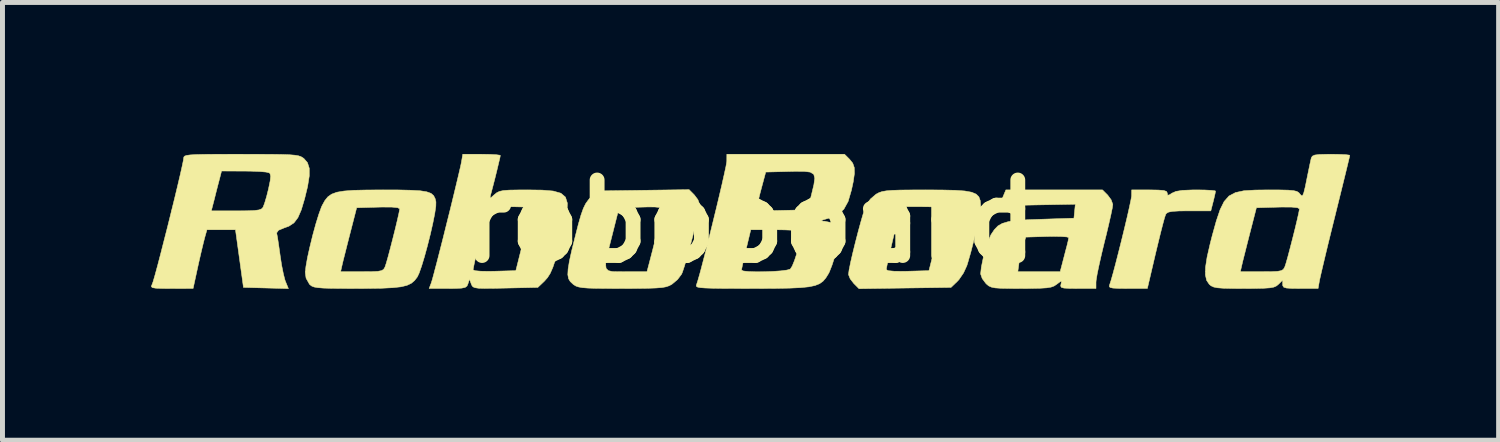
<source format=kicad_pcb>
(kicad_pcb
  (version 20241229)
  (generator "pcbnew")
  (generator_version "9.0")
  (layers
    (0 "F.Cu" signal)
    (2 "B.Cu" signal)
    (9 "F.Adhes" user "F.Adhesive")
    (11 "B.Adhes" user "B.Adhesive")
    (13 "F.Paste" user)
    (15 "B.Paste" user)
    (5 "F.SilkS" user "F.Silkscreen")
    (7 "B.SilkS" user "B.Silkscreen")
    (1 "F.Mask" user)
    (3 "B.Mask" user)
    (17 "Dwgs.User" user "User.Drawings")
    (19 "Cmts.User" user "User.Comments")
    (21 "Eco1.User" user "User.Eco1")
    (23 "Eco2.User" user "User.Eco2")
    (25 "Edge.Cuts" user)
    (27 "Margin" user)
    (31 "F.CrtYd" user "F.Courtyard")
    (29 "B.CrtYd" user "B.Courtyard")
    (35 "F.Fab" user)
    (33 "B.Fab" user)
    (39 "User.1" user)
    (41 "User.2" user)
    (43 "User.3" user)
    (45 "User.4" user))
  (footprint "roboboard"
    (layer "F.Cu")
    (at 12.087 1.418)
    (property "Reference" "roboboard" (at 0 0 0) (layer "F.SilkS") (effects (font (size 1.524 1.524) (thickness 0.3))))
    (attr through_hole)
    (fp_poly (pts (xy 8.243 -0.632) (xy 8.353 -0.623) (xy 8.408 -0.604) (xy 8.424 -0.572) (xy 8.424 -0.569) (xy 8.432 -0.527) (xy 8.47 -0.537) (xy 8.518 -0.569) (xy 8.6 -0.605) (xy 8.73 -0.626) (xy 8.924 -0.634) (xy 9.005 -0.635) (xy 9.176 -0.633) (xy 9.309 -0.626) (xy 9.386 -0.617) (xy 9.398 -0.611) (xy 9.389 -0.56) (xy 9.365 -0.456) (xy 9.351 -0.4) (xy 9.303 -0.212) (xy 8.865 -0.212) (xy 8.664 -0.21) (xy 8.531 -0.202) (xy 8.451 -0.187) (xy 8.407 -0.162) (xy 8.391 -0.138) (xy 8.369 -0.073) (xy 8.333 0.059) (xy 8.286 0.242) (xy 8.232 0.463) (xy 8.188 0.646) (xy 8.022 1.355) (xy 7.626 1.355) (xy 7.442 1.353) (xy 7.327 1.347) (xy 7.269 1.334) (xy 7.253 1.31) (xy 7.26 1.281) (xy 7.288 1.195) (xy 7.33 1.047) (xy 7.382 0.852) (xy 7.44 0.625) (xy 7.501 0.383) (xy 7.56 0.141) (xy 7.614 -0.085) (xy 7.658 -0.28) (xy 7.689 -0.427) (xy 7.704 -0.511) (xy 7.704 -0.519) (xy 7.705 -0.635) (xy 8.065 -0.635) (xy 8.243 -0.632)) (stroke (width 0.01) (type solid)) (fill yes) (layer "F.SilkS"))
    (fp_poly (pts (xy 3.883 -0.633) (xy 4.143 -0.627) (xy 4.338 -0.613) (xy 4.476 -0.588) (xy 4.567 -0.549) (xy 4.621 -0.495) (xy 4.648 -0.421) (xy 4.656 -0.325) (xy 4.656 -0.304) (xy 4.645 -0.2) (xy 4.615 -0.036) (xy 4.571 0.169) (xy 4.517 0.394) (xy 4.459 0.62) (xy 4.4 0.825) (xy 4.379 0.893) (xy 4.311 1.041) (xy 4.218 1.177) (xy 4.187 1.21) (xy 4.059 1.333) (xy 2.202 1.359) (xy 2.096 1.253) (xy 2.024 1.16) (xy 1.99 1.075) (xy 1.99 1.069) (xy 2.001 0.984) (xy 2.003 0.975) (xy 2.752 0.975) (xy 2.793 0.996) (xy 2.914 1.007) (xy 3.111 1.009) (xy 3.183 1.007) (xy 3.614 0.995) (xy 3.77 0.372) (xy 3.823 0.154) (xy 3.865 -0.033) (xy 3.893 -0.176) (xy 3.905 -0.259) (xy 3.903 -0.274) (xy 3.854 -0.283) (xy 3.739 -0.291) (xy 3.579 -0.295) (xy 3.466 -0.296) (xy 3.051 -0.296) (xy 3.009 -0.138) (xy 2.973 0.003) (xy 2.929 0.181) (xy 2.882 0.376) (xy 2.837 0.571) (xy 2.798 0.747) (xy 2.768 0.884) (xy 2.753 0.964) (xy 2.752 0.975) (xy 2.003 0.975) (xy 2.03 0.837) (xy 2.074 0.646) (xy 2.127 0.431) (xy 2.184 0.21) (xy 2.241 0.002) (xy 2.292 -0.174) (xy 2.333 -0.299) (xy 2.351 -0.342) (xy 2.435 -0.453) (xy 2.546 -0.548) (xy 2.553 -0.552) (xy 2.606 -0.58) (xy 2.668 -0.601) (xy 2.753 -0.616) (xy 2.871 -0.626) (xy 3.037 -0.632) (xy 3.263 -0.634) (xy 3.548 -0.635) (xy 3.883 -0.633)) (stroke (width 0.01) (type solid)) (fill yes) (layer "F.SilkS"))
    (fp_poly (pts (xy -1.122 -0.533) (xy -1.05 -0.437) (xy -1.016 -0.345) (xy -1.016 -0.338) (xy -1.027 -0.253) (xy -1.057 -0.105) (xy -1.102 0.086) (xy -1.155 0.301) (xy -1.213 0.522) (xy -1.27 0.729) (xy -1.322 0.904) (xy -1.363 1.027) (xy -1.38 1.066) (xy -1.461 1.174) (xy -1.572 1.267) (xy -1.579 1.272) (xy -1.632 1.3) (xy -1.694 1.321) (xy -1.777 1.336) (xy -1.895 1.345) (xy -2.059 1.351) (xy -2.283 1.354) (xy -2.579 1.355) (xy -2.587 1.355) (xy -2.882 1.354) (xy -3.104 1.352) (xy -3.267 1.347) (xy -3.381 1.338) (xy -3.459 1.324) (xy -3.514 1.305) (xy -3.557 1.278) (xy -3.571 1.267) (xy -3.626 1.216) (xy -3.661 1.157) (xy -3.676 1.076) (xy -3.67 0.962) (xy -3.654 0.866) (xy -2.913 0.866) (xy -2.903 0.949) (xy -2.858 0.995) (xy -2.775 1.014) (xy -2.649 1.017) (xy -2.499 1.016) (xy -2.078 1.016) (xy -2.036 0.857) (xy -1.962 0.572) (xy -1.897 0.312) (xy -1.843 0.088) (xy -1.804 -0.086) (xy -1.782 -0.199) (xy -1.778 -0.231) (xy -1.788 -0.262) (xy -1.829 -0.281) (xy -1.915 -0.29) (xy -2.06 -0.291) (xy -2.209 -0.287) (xy -2.641 -0.275) (xy -2.78 0.275) (xy -2.847 0.54) (xy -2.893 0.733) (xy -2.913 0.866) (xy -3.654 0.866) (xy -3.644 0.803) (xy -3.596 0.586) (xy -3.527 0.308) (xy -3.463 0.057) (xy -3.41 -0.127) (xy -3.363 -0.26) (xy -3.316 -0.356) (xy -3.262 -0.432) (xy -3.234 -0.464) (xy -3.097 -0.614) (xy -2.163 -0.627) (xy -1.228 -0.64) (xy -1.122 -0.533)) (stroke (width 0.01) (type solid)) (fill yes) (layer "F.SilkS"))
    (fp_poly (pts (xy -7.08 -0.634) (xy -6.834 -0.628) (xy -6.652 -0.617) (xy -6.523 -0.596) (xy -6.437 -0.565) (xy -6.385 -0.52) (xy -6.354 -0.459) (xy -6.338 -0.393) (xy -6.34 -0.305) (xy -6.362 -0.155) (xy -6.401 0.04) (xy -6.451 0.261) (xy -6.509 0.491) (xy -6.569 0.711) (xy -6.627 0.902) (xy -6.678 1.047) (xy -6.713 1.121) (xy -6.769 1.194) (xy -6.835 1.25) (xy -6.924 1.292) (xy -7.045 1.321) (xy -7.211 1.339) (xy -7.433 1.35) (xy -7.721 1.354) (xy -7.936 1.355) (xy -8.23 1.354) (xy -8.451 1.352) (xy -8.611 1.347) (xy -8.723 1.338) (xy -8.797 1.325) (xy -8.845 1.306) (xy -8.88 1.279) (xy -8.89 1.27) (xy -8.959 1.147) (xy -8.975 1.035) (xy -8.973 1.016) (xy -8.262 1.016) (xy -7.834 1.016) (xy -7.639 1.015) (xy -7.513 1.009) (xy -7.437 0.995) (xy -7.395 0.97) (xy -7.37 0.929) (xy -7.366 0.921) (xy -7.341 0.846) (xy -7.303 0.712) (xy -7.257 0.538) (xy -7.207 0.344) (xy -7.158 0.149) (xy -7.116 -0.027) (xy -7.085 -0.165) (xy -7.07 -0.245) (xy -7.07 -0.253) (xy -7.109 -0.276) (xy -7.227 -0.288) (xy -7.428 -0.289) (xy -7.504 -0.287) (xy -7.938 -0.275) (xy -8.074 0.254) (xy -8.128 0.465) (xy -8.176 0.656) (xy -8.214 0.806) (xy -8.235 0.896) (xy -8.236 0.9) (xy -8.262 1.016) (xy -8.973 1.016) (xy -8.962 0.911) (xy -8.93 0.729) (xy -8.881 0.51) (xy -8.824 0.277) (xy -8.762 0.051) (xy -8.701 -0.146) (xy -8.648 -0.292) (xy -8.632 -0.325) (xy -8.579 -0.421) (xy -8.519 -0.495) (xy -8.443 -0.549) (xy -8.338 -0.588) (xy -8.194 -0.612) (xy -7.999 -0.627) (xy -7.742 -0.633) (xy -7.413 -0.635) (xy -7.401 -0.635) (xy -7.08 -0.634)) (stroke (width 0.01) (type solid)) (fill yes) (layer "F.SilkS"))
    (fp_poly (pts (xy 7.22 -0.531) (xy 7.291 -0.435) (xy 7.324 -0.343) (xy 7.324 -0.339) (xy 7.314 -0.269) (xy 7.286 -0.133) (xy 7.244 0.052) (xy 7.192 0.272) (xy 7.154 0.423) (xy 7.097 0.66) (xy 7.048 0.877) (xy 7.01 1.057) (xy 6.989 1.183) (xy 6.985 1.226) (xy 6.985 1.355) (xy 6.62 1.355) (xy 6.445 1.353) (xy 6.339 1.347) (xy 6.286 1.332) (xy 6.272 1.304) (xy 6.278 1.27) (xy 6.289 1.215) (xy 6.27 1.212) (xy 6.204 1.261) (xy 6.192 1.27) (xy 6.141 1.304) (xy 6.079 1.327) (xy 5.99 1.342) (xy 5.859 1.35) (xy 5.67 1.354) (xy 5.475 1.355) (xy 5.235 1.354) (xy 5.065 1.351) (xy 4.949 1.343) (xy 4.873 1.327) (xy 4.82 1.303) (xy 4.777 1.267) (xy 4.761 1.251) (xy 4.689 1.155) (xy 4.657 1.063) (xy 4.657 1.058) (xy 4.661 1.016) (xy 5.407 1.016) (xy 6.262 1.016) (xy 6.309 0.836) (xy 6.349 0.682) (xy 6.388 0.532) (xy 6.395 0.508) (xy 6.421 0.401) (xy 6.434 0.332) (xy 6.434 0.327) (xy 6.395 0.314) (xy 6.289 0.306) (xy 6.134 0.303) (xy 6.001 0.305) (xy 5.567 0.318) (xy 5.512 0.486) (xy 5.468 0.646) (xy 5.435 0.815) (xy 5.432 0.835) (xy 5.407 1.016) (xy 4.661 1.016) (xy 4.671 0.925) (xy 4.707 0.748) (xy 4.757 0.559) (xy 4.812 0.389) (xy 4.865 0.27) (xy 4.868 0.265) (xy 4.934 0.167) (xy 5.005 0.093) (xy 5.095 0.041) (xy 5.218 0.005) (xy 5.386 -0.018) (xy 5.613 -0.033) (xy 5.861 -0.042) (xy 6.54 -0.064) (xy 6.554 -0.205) (xy 6.568 -0.346) (xy 5.803 -0.332) (xy 5.559 -0.327) (xy 5.347 -0.324) (xy 5.181 -0.322) (xy 5.073 -0.322) (xy 5.038 -0.323) (xy 5.052 -0.361) (xy 5.089 -0.45) (xy 5.102 -0.482) (xy 5.166 -0.635) (xy 7.116 -0.635) (xy 7.22 -0.531)) (stroke (width 0.01) (type solid)) (fill yes) (layer "F.SilkS"))
    (fp_poly (pts (xy -5.249 -1.352) (xy -5.12 -1.345) (xy -5.047 -1.335) (xy -5.038 -1.33) (xy -5.047 -1.281) (xy -5.073 -1.173) (xy -5.108 -1.026) (xy -5.148 -0.864) (xy -5.188 -0.709) (xy -5.221 -0.583) (xy -5.236 -0.529) (xy -5.247 -0.477) (xy -5.226 -0.479) (xy -5.158 -0.539) (xy -5.157 -0.54) (xy -5.109 -0.579) (xy -5.054 -0.605) (xy -4.976 -0.622) (xy -4.859 -0.631) (xy -4.686 -0.634) (xy -4.492 -0.635) (xy -4.193 -0.631) (xy -3.97 -0.612) (xy -3.816 -0.568) (xy -3.724 -0.49) (xy -3.685 -0.367) (xy -3.692 -0.191) (xy -3.738 0.05) (xy -3.791 0.267) (xy -3.864 0.554) (xy -3.925 0.771) (xy -3.979 0.931) (xy -4.031 1.049) (xy -4.086 1.136) (xy -4.148 1.206) (xy -4.152 1.21) (xy -4.281 1.333) (xy -4.935 1.347) (xy -5.183 1.352) (xy -5.359 1.353) (xy -5.477 1.35) (xy -5.55 1.339) (xy -5.591 1.321) (xy -5.613 1.292) (xy -5.625 1.263) (xy -5.661 1.166) (xy -5.691 1.26) (xy -5.711 1.305) (xy -5.748 1.333) (xy -5.82 1.348) (xy -5.945 1.354) (xy -6.098 1.355) (xy -6.475 1.355) (xy -6.432 1.243) (xy -6.41 1.171) (xy -6.372 1.03) (xy -6.359 0.979) (xy -5.588 0.979) (xy -5.548 0.996) (xy -5.438 1.006) (xy -5.272 1.009) (xy -5.157 1.007) (xy -4.725 0.995) (xy -4.569 0.372) (xy -4.517 0.154) (xy -4.475 -0.033) (xy -4.446 -0.176) (xy -4.435 -0.259) (xy -4.436 -0.274) (xy -4.486 -0.283) (xy -4.601 -0.291) (xy -4.761 -0.295) (xy -4.874 -0.296) (xy -5.288 -0.296) (xy -5.33 -0.138) (xy -5.366 0.000429) (xy -5.408 0.176) (xy -5.455 0.371) (xy -5.5 0.566) (xy -5.54 0.742) (xy -5.57 0.881) (xy -5.586 0.965) (xy -5.588 0.979) (xy -6.359 0.979) (xy -6.32 0.833) (xy -6.259 0.595) (xy -6.191 0.328) (xy -6.121 0.046) (xy -6.05 -0.237) (xy -5.984 -0.508) (xy -5.925 -0.753) (xy -5.876 -0.959) (xy -5.84 -1.113) (xy -5.823 -1.196) (xy -5.796 -1.355) (xy -5.417 -1.355) (xy -5.249 -1.352)) (stroke (width 0.01) (type solid)) (fill yes) (layer "F.SilkS"))
    (fp_poly (pts (xy -9.927 -1.354) (xy -9.657 -1.353) (xy -9.452 -1.35) (xy -9.3 -1.345) (xy -9.191 -1.336) (xy -9.116 -1.324) (xy -9.064 -1.307) (xy -9.025 -1.284) (xy -9.002 -1.267) (xy -8.931 -1.185) (xy -8.895 -1.072) (xy -8.895 -0.914) (xy -8.929 -0.701) (xy -8.989 -0.455) (xy -9.056 -0.231) (xy -9.124 -0.075) (xy -9.203 0.029) (xy -9.305 0.097) (xy -9.406 0.134) (xy -9.516 0.18) (xy -9.552 0.232) (xy -9.55 0.25) (xy -9.536 0.321) (xy -9.516 0.452) (xy -9.492 0.62) (xy -9.481 0.699) (xy -9.452 0.888) (xy -9.417 1.061) (xy -9.384 1.189) (xy -9.373 1.218) (xy -9.316 1.357) (xy -9.77 1.345) (xy -10.223 1.333) (xy -10.384 0.169) (xy -10.96 0.169) (xy -11.005 0.328) (xy -11.033 0.438) (xy -11.073 0.604) (xy -11.118 0.799) (xy -11.145 0.921) (xy -11.239 1.354) (xy -11.675 1.355) (xy -11.87 1.354) (xy -11.993 1.349) (xy -12.059 1.338) (xy -12.082 1.318) (xy -12.074 1.286) (xy -12.067 1.274) (xy -12.045 1.212) (xy -12.007 1.08) (xy -11.956 0.892) (xy -11.895 0.659) (xy -11.828 0.396) (xy -11.756 0.115) (xy -11.685 -0.171) (xy -11.675 -0.212) (xy -10.872 -0.212) (xy -10.369 -0.212) (xy -10.152 -0.213) (xy -10.005 -0.219) (xy -9.912 -0.231) (xy -9.858 -0.251) (xy -9.829 -0.282) (xy -9.826 -0.288) (xy -9.796 -0.367) (xy -9.756 -0.5) (xy -9.717 -0.656) (xy -9.684 -0.816) (xy -9.674 -0.913) (xy -9.687 -0.965) (xy -9.704 -0.98) (xy -9.767 -0.995) (xy -9.894 -1.006) (xy -10.065 -1.013) (xy -10.211 -1.015) (xy -10.665 -1.016) (xy -10.706 -0.857) (xy -10.741 -0.724) (xy -10.784 -0.556) (xy -10.809 -0.455) (xy -10.872 -0.212) (xy -11.675 -0.212) (xy -11.616 -0.45) (xy -11.554 -0.708) (xy -11.501 -0.933) (xy -11.461 -1.111) (xy -11.436 -1.231) (xy -11.43 -1.275) (xy -11.426 -1.298) (xy -11.41 -1.317) (xy -11.37 -1.331) (xy -11.299 -1.341) (xy -11.186 -1.348) (xy -11.023 -1.352) (xy -10.8 -1.354) (xy -10.507 -1.355) (xy -10.272 -1.355) (xy -9.927 -1.354)) (stroke (width 0.01) (type solid)) (fill yes) (layer "F.SilkS"))
    (fp_poly (pts (xy 11.896 -1.352) (xy 12.026 -1.346) (xy 12.098 -1.337) (xy 12.107 -1.332) (xy 12.098 -1.287) (xy 12.07 -1.17) (xy 12.027 -0.992) (xy 11.971 -0.764) (xy 11.905 -0.496) (xy 11.831 -0.198) (xy 11.816 -0.136) (xy 11.739 0.174) (xy 11.667 0.466) (xy 11.605 0.725) (xy 11.554 0.94) (xy 11.517 1.1) (xy 11.497 1.19) (xy 11.496 1.196) (xy 11.468 1.355) (xy 11.111 1.355) (xy 10.936 1.353) (xy 10.83 1.346) (xy 10.775 1.329) (xy 10.755 1.298) (xy 10.753 1.27) (xy 10.753 1.185) (xy 10.668 1.27) (xy 10.628 1.303) (xy 10.575 1.327) (xy 10.495 1.342) (xy 10.373 1.35) (xy 10.194 1.354) (xy 9.97 1.355) (xy 9.727 1.354) (xy 9.554 1.35) (xy 9.436 1.341) (xy 9.359 1.325) (xy 9.308 1.301) (xy 9.271 1.27) (xy 9.218 1.191) (xy 9.193 1.079) (xy 9.194 1.016) (xy 9.899 1.016) (xy 10.327 1.016) (xy 10.522 1.015) (xy 10.648 1.009) (xy 10.724 0.995) (xy 10.766 0.97) (xy 10.791 0.929) (xy 10.795 0.921) (xy 10.82 0.846) (xy 10.858 0.712) (xy 10.904 0.538) (xy 10.954 0.344) (xy 11.003 0.149) (xy 11.045 -0.027) (xy 11.076 -0.165) (xy 11.091 -0.245) (xy 11.091 -0.253) (xy 11.052 -0.276) (xy 10.934 -0.288) (xy 10.733 -0.289) (xy 10.657 -0.287) (xy 10.223 -0.275) (xy 10.087 0.254) (xy 10.033 0.465) (xy 9.985 0.656) (xy 9.947 0.806) (xy 9.926 0.896) (xy 9.925 0.9) (xy 9.899 1.016) (xy 9.194 1.016) (xy 9.196 0.926) (xy 9.228 0.719) (xy 9.29 0.449) (xy 9.331 0.288) (xy 9.414 -0.01) (xy 9.49 -0.236) (xy 9.571 -0.4) (xy 9.67 -0.512) (xy 9.8 -0.581) (xy 9.971 -0.618) (xy 10.198 -0.632) (xy 10.471 -0.635) (xy 10.703 -0.634) (xy 10.866 -0.63) (xy 10.973 -0.62) (xy 11.04 -0.604) (xy 11.08 -0.578) (xy 11.103 -0.55) (xy 11.133 -0.517) (xy 11.157 -0.523) (xy 11.18 -0.579) (xy 11.209 -0.697) (xy 11.237 -0.836) (xy 11.273 -1.011) (xy 11.304 -1.161) (xy 11.326 -1.26) (xy 11.331 -1.281) (xy 11.352 -1.316) (xy 11.402 -1.339) (xy 11.497 -1.35) (xy 11.655 -1.354) (xy 11.729 -1.355) (xy 11.896 -1.352)) (stroke (width 0.01) (type solid)) (fill yes) (layer "F.SilkS"))
    (fp_poly (pts (xy 2.013 -1.251) (xy 2.075 -1.174) (xy 2.106 -1.085) (xy 2.109 -0.966) (xy 2.085 -0.798) (xy 2.049 -0.631) (xy 1.982 -0.402) (xy 1.894 -0.243) (xy 1.772 -0.136) (xy 1.604 -0.067) (xy 1.586 -0.062) (xy 1.473 -0.03) (xy 1.437 -0.012) (xy 1.472 -0.004) (xy 1.504 -0.003) (xy 1.649 0.027) (xy 1.761 0.099) (xy 1.817 0.197) (xy 1.82 0.225) (xy 1.805 0.345) (xy 1.767 0.515) (xy 1.715 0.705) (xy 1.657 0.884) (xy 1.602 1.024) (xy 1.581 1.063) (xy 1.53 1.144) (xy 1.475 1.208) (xy 1.406 1.258) (xy 1.313 1.295) (xy 1.188 1.321) (xy 1.019 1.338) (xy 0.798 1.348) (xy 0.514 1.353) (xy 0.157 1.355) (xy 0.049 1.355) (xy -0.294 1.354) (xy -0.562 1.353) (xy -0.763 1.35) (xy -0.906 1.345) (xy -1.001 1.338) (xy -1.056 1.327) (xy -1.08 1.312) (xy -1.083 1.292) (xy -1.079 1.281) (xy -1.053 1.201) (xy -1.011 1.054) (xy -0.992 0.984) (xy -0.17 0.984) (xy -0.131 1.002) (xy -0.027 1.013) (xy 0.12 1.018) (xy 0.292 1.017) (xy 0.467 1.01) (xy 0.626 0.999) (xy 0.748 0.983) (xy 0.814 0.964) (xy 0.815 0.963) (xy 0.854 0.902) (xy 0.901 0.786) (xy 0.95 0.637) (xy 0.993 0.48) (xy 1.025 0.339) (xy 1.037 0.237) (xy 1.032 0.204) (xy 0.984 0.19) (xy 0.869 0.179) (xy 0.703 0.172) (xy 0.514 0.169) (xy 0.017 0.169) (xy -0.077 0.561) (xy -0.117 0.734) (xy -0.149 0.875) (xy -0.167 0.964) (xy -0.17 0.984) (xy -0.992 0.984) (xy -0.958 0.854) (xy -0.895 0.612) (xy -0.828 0.344) (xy -0.758 0.061) (xy -0.692 -0.209) (xy 0.12 -0.209) (xy 0.642 -0.221) (xy 1.164 -0.233) (xy 1.246 -0.553) (xy 1.291 -0.741) (xy 1.309 -0.87) (xy 1.288 -0.951) (xy 1.217 -0.994) (xy 1.087 -1.01) (xy 0.887 -1.009) (xy 0.795 -1.007) (xy 0.319 -0.995) (xy 0.248 -0.731) (xy 0.205 -0.569) (xy 0.168 -0.421) (xy 0.148 -0.338) (xy 0.12 -0.209) (xy -0.692 -0.209) (xy -0.688 -0.224) (xy -0.623 -0.496) (xy -0.565 -0.743) (xy -0.518 -0.952) (xy -0.484 -1.11) (xy -0.468 -1.203) (xy -0.467 -1.217) (xy -0.466 -1.355) (xy 1.909 -1.355) (xy 2.013 -1.251)) (stroke (width 0.01) (type solid)) (fill yes) (layer "F.SilkS")))
  (gr_rect
    (start -3 -3)
    (end 27.199 5.836)
    (stroke (width 0.1) (type default))
    (fill no)
    (layer "Edge.Cuts")))
</source>
